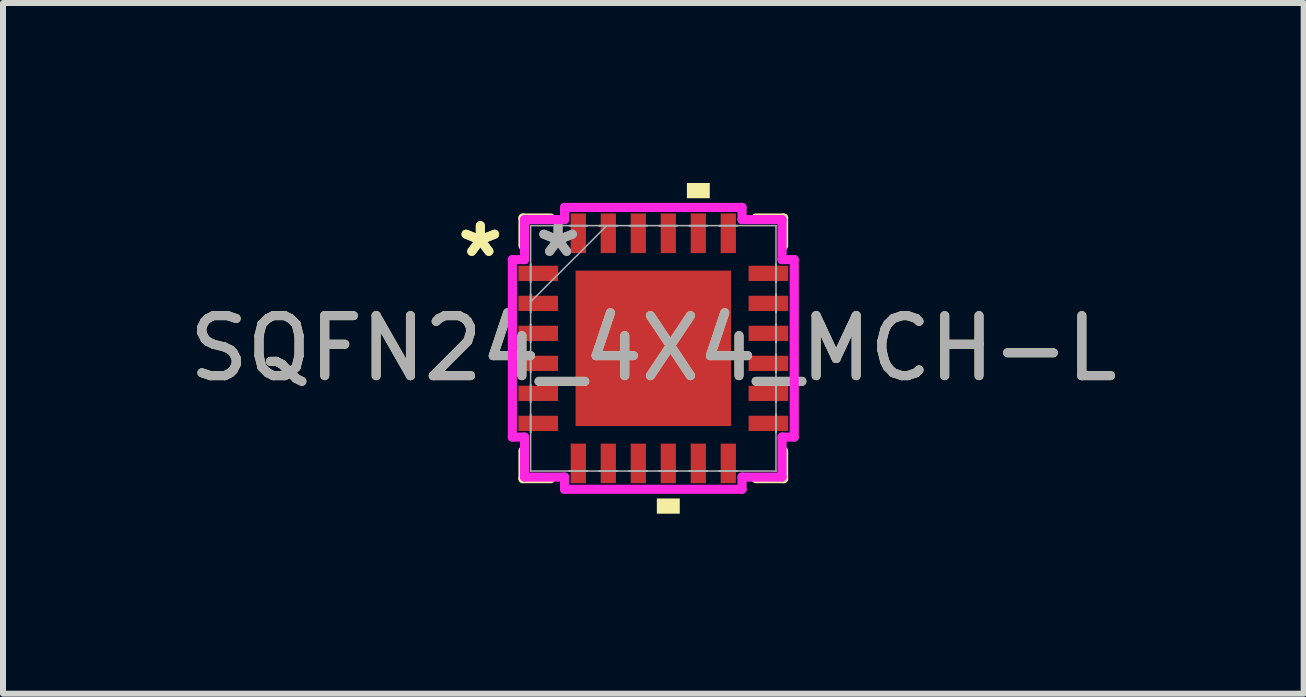
<source format=kicad_pcb>
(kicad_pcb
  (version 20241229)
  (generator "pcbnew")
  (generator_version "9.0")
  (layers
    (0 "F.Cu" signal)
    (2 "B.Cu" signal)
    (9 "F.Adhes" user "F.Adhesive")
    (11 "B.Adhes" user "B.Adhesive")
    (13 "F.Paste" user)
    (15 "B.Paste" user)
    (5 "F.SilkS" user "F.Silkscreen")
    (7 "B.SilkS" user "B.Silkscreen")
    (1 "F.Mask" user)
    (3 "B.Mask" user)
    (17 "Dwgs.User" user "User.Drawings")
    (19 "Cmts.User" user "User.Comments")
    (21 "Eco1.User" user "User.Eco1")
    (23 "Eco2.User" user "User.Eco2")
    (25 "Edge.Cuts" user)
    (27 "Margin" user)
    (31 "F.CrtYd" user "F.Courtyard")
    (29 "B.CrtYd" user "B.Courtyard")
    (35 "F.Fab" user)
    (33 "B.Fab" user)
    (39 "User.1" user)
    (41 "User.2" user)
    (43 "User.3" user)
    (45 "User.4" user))
  (footprint "SQFN24_4X4_MCH-L"
    (layer "F.Cu")
    (at 7.839 2.756)
    (property "Reference" "SQFN24_4X4_MCH-L" (at 0 0 0) (unlocked yes) (layer "F.SilkS") (effects (font (size 1 1) (thickness 0.15))))
    (attr smd)
    (fp_line (start -2.172 -2.172) (end -2.172 -1.71) (stroke (width 0.152) (type solid)) (layer "F.SilkS"))
    (fp_line (start -2.172 1.71) (end -2.172 2.172) (stroke (width 0.152) (type solid)) (layer "F.SilkS"))
    (fp_line (start -2.172 2.172) (end -1.71 2.172) (stroke (width 0.152) (type solid)) (layer "F.SilkS"))
    (fp_line (start -1.71 -2.172) (end -2.172 -2.172) (stroke (width 0.152) (type solid)) (layer "F.SilkS"))
    (fp_line (start 1.71 2.172) (end 2.172 2.172) (stroke (width 0.152) (type solid)) (layer "F.SilkS"))
    (fp_line (start 2.172 -2.172) (end 1.71 -2.172) (stroke (width 0.152) (type solid)) (layer "F.SilkS"))
    (fp_line (start 2.172 -1.71) (end 2.172 -2.172) (stroke (width 0.152) (type solid)) (layer "F.SilkS"))
    (fp_line (start 2.172 2.172) (end 2.172 1.71) (stroke (width 0.152) (type solid)) (layer "F.SilkS"))
    (fp_poly (pts (xy 0.059 2.502) (xy 0.059 2.756) (xy 0.441 2.756) (xy 0.441 2.502)) (stroke (width 0) (type solid)) (fill yes) (layer "F.SilkS"))
    (fp_poly (pts (xy 0.56 -2.502) (xy 0.56 -2.756) (xy 0.941 -2.756) (xy 0.941 -2.502)) (stroke (width 0) (type solid)) (fill yes) (layer "F.SilkS"))
    (fp_poly (pts (xy -1.195 -1.195) (xy -1.195 -0.1) (xy -0.1 -0.1) (xy -0.1 -1.195)) (stroke (width 0) (type solid)) (fill yes) (layer "F.Paste"))
    (fp_poly (pts (xy -1.195 0.1) (xy -1.195 1.195) (xy -0.1 1.195) (xy -0.1 0.1)) (stroke (width 0) (type solid)) (fill yes) (layer "F.Paste"))
    (fp_poly (pts (xy 0.1 -1.195) (xy 0.1 -0.1) (xy 1.195 -0.1) (xy 1.195 -1.195)) (stroke (width 0) (type solid)) (fill yes) (layer "F.Paste"))
    (fp_poly (pts (xy 0.1 0.1) (xy 0.1 1.195) (xy 1.195 1.195) (xy 1.195 0.1)) (stroke (width 0) (type solid)) (fill yes) (layer "F.Paste"))
    (fp_line (start -2.349 -1.479) (end -2.146 -1.479) (stroke (width 0.152) (type solid)) (layer "F.CrtYd"))
    (fp_line (start -2.349 1.479) (end -2.349 -1.479) (stroke (width 0.152) (type solid)) (layer "F.CrtYd"))
    (fp_line (start -2.146 -2.146) (end -1.479 -2.146) (stroke (width 0.152) (type solid)) (layer "F.CrtYd"))
    (fp_line (start -2.146 -1.479) (end -2.146 -2.146) (stroke (width 0.152) (type solid)) (layer "F.CrtYd"))
    (fp_line (start -2.146 1.479) (end -2.349 1.479) (stroke (width 0.152) (type solid)) (layer "F.CrtYd"))
    (fp_line (start -2.146 2.146) (end -2.146 1.479) (stroke (width 0.152) (type solid)) (layer "F.CrtYd"))
    (fp_line (start -1.479 -2.349) (end 1.479 -2.349) (stroke (width 0.152) (type solid)) (layer "F.CrtYd"))
    (fp_line (start -1.479 -2.146) (end -1.479 -2.349) (stroke (width 0.152) (type solid)) (layer "F.CrtYd"))
    (fp_line (start -1.479 2.146) (end -2.146 2.146) (stroke (width 0.152) (type solid)) (layer "F.CrtYd"))
    (fp_line (start -1.479 2.349) (end -1.479 2.146) (stroke (width 0.152) (type solid)) (layer "F.CrtYd"))
    (fp_line (start 1.479 -2.349) (end 1.479 -2.146) (stroke (width 0.152) (type solid)) (layer "F.CrtYd"))
    (fp_line (start 1.479 -2.146) (end 2.146 -2.146) (stroke (width 0.152) (type solid)) (layer "F.CrtYd"))
    (fp_line (start 1.479 2.146) (end 1.479 2.349) (stroke (width 0.152) (type solid)) (layer "F.CrtYd"))
    (fp_line (start 1.479 2.349) (end -1.479 2.349) (stroke (width 0.152) (type solid)) (layer "F.CrtYd"))
    (fp_line (start 2.146 -2.146) (end 2.146 -1.479) (stroke (width 0.152) (type solid)) (layer "F.CrtYd"))
    (fp_line (start 2.146 -1.479) (end 2.349 -1.479) (stroke (width 0.152) (type solid)) (layer "F.CrtYd"))
    (fp_line (start 2.146 1.479) (end 2.146 2.146) (stroke (width 0.152) (type solid)) (layer "F.CrtYd"))
    (fp_line (start 2.146 2.146) (end 1.479 2.146) (stroke (width 0.152) (type solid)) (layer "F.CrtYd"))
    (fp_line (start 2.349 -1.479) (end 2.349 1.479) (stroke (width 0.152) (type solid)) (layer "F.CrtYd"))
    (fp_line (start 2.349 1.479) (end 2.146 1.479) (stroke (width 0.152) (type solid)) (layer "F.CrtYd"))
    (fp_line (start -2.045 -2.045) (end -2.045 -2.045) (stroke (width 0.025) (type solid)) (layer "F.Fab"))
    (fp_line (start -2.045 -2.045) (end -2.045 2.045) (stroke (width 0.025) (type solid)) (layer "F.Fab"))
    (fp_line (start -2.045 -1.402) (end -2.045 -1.402) (stroke (width 0.025) (type solid)) (layer "F.Fab"))
    (fp_line (start -2.045 -1.402) (end -2.045 -1.098) (stroke (width 0.025) (type solid)) (layer "F.Fab"))
    (fp_line (start -2.045 -1.098) (end -2.045 -1.402) (stroke (width 0.025) (type solid)) (layer "F.Fab"))
    (fp_line (start -2.045 -1.098) (end -2.045 -1.098) (stroke (width 0.025) (type solid)) (layer "F.Fab"))
    (fp_line (start -2.045 -0.902) (end -2.045 -0.902) (stroke (width 0.025) (type solid)) (layer "F.Fab"))
    (fp_line (start -2.045 -0.902) (end -2.045 -0.598) (stroke (width 0.025) (type solid)) (layer "F.Fab"))
    (fp_line (start -2.045 -0.775) (end -0.775 -2.045) (stroke (width 0.025) (type solid)) (layer "F.Fab"))
    (fp_line (start -2.045 -0.598) (end -2.045 -0.902) (stroke (width 0.025) (type solid)) (layer "F.Fab"))
    (fp_line (start -2.045 -0.598) (end -2.045 -0.598) (stroke (width 0.025) (type solid)) (layer "F.Fab"))
    (fp_line (start -2.045 -0.402) (end -2.045 -0.402) (stroke (width 0.025) (type solid)) (layer "F.Fab"))
    (fp_line (start -2.045 -0.402) (end -2.045 -0.098) (stroke (width 0.025) (type solid)) (layer "F.Fab"))
    (fp_line (start -2.045 -0.098) (end -2.045 -0.402) (stroke (width 0.025) (type solid)) (layer "F.Fab"))
    (fp_line (start -2.045 -0.098) (end -2.045 -0.098) (stroke (width 0.025) (type solid)) (layer "F.Fab"))
    (fp_line (start -2.045 0.098) (end -2.045 0.098) (stroke (width 0.025) (type solid)) (layer "F.Fab"))
    (fp_line (start -2.045 0.098) (end -2.045 0.402) (stroke (width 0.025) (type solid)) (layer "F.Fab"))
    (fp_line (start -2.045 0.402) (end -2.045 0.098) (stroke (width 0.025) (type solid)) (layer "F.Fab"))
    (fp_line (start -2.045 0.402) (end -2.045 0.402) (stroke (width 0.025) (type solid)) (layer "F.Fab"))
    (fp_line (start -2.045 0.598) (end -2.045 0.598) (stroke (width 0.025) (type solid)) (layer "F.Fab"))
    (fp_line (start -2.045 0.598) (end -2.045 0.902) (stroke (width 0.025) (type solid)) (layer "F.Fab"))
    (fp_line (start -2.045 0.902) (end -2.045 0.598) (stroke (width 0.025) (type solid)) (layer "F.Fab"))
    (fp_line (start -2.045 0.902) (end -2.045 0.902) (stroke (width 0.025) (type solid)) (layer "F.Fab"))
    (fp_line (start -2.045 1.098) (end -2.045 1.098) (stroke (width 0.025) (type solid)) (layer "F.Fab"))
    (fp_line (start -2.045 1.098) (end -2.045 1.402) (stroke (width 0.025) (type solid)) (layer "F.Fab"))
    (fp_line (start -2.045 1.402) (end -2.045 1.098) (stroke (width 0.025) (type solid)) (layer "F.Fab"))
    (fp_line (start -2.045 1.402) (end -2.045 1.402) (stroke (width 0.025) (type solid)) (layer "F.Fab"))
    (fp_line (start -2.045 2.045) (end -2.045 2.045) (stroke (width 0.025) (type solid)) (layer "F.Fab"))
    (fp_line (start -2.045 2.045) (end 2.045 2.045) (stroke (width 0.025) (type solid)) (layer "F.Fab"))
    (fp_line (start -1.402 -2.045) (end -1.402 -2.045) (stroke (width 0.025) (type solid)) (layer "F.Fab"))
    (fp_line (start -1.402 -2.045) (end -1.098 -2.045) (stroke (width 0.025) (type solid)) (layer "F.Fab"))
    (fp_line (start -1.402 2.045) (end -1.402 2.045) (stroke (width 0.025) (type solid)) (layer "F.Fab"))
    (fp_line (start -1.402 2.045) (end -1.098 2.045) (stroke (width 0.025) (type solid)) (layer "F.Fab"))
    (fp_line (start -1.098 -2.045) (end -1.402 -2.045) (stroke (width 0.025) (type solid)) (layer "F.Fab"))
    (fp_line (start -1.098 -2.045) (end -1.098 -2.045) (stroke (width 0.025) (type solid)) (layer "F.Fab"))
    (fp_line (start -1.098 2.045) (end -1.402 2.045) (stroke (width 0.025) (type solid)) (layer "F.Fab"))
    (fp_line (start -1.098 2.045) (end -1.098 2.045) (stroke (width 0.025) (type solid)) (layer "F.Fab"))
    (fp_line (start -0.902 -2.045) (end -0.902 -2.045) (stroke (width 0.025) (type solid)) (layer "F.Fab"))
    (fp_line (start -0.902 -2.045) (end -0.598 -2.045) (stroke (width 0.025) (type solid)) (layer "F.Fab"))
    (fp_line (start -0.902 2.045) (end -0.902 2.045) (stroke (width 0.025) (type solid)) (layer "F.Fab"))
    (fp_line (start -0.902 2.045) (end -0.598 2.045) (stroke (width 0.025) (type solid)) (layer "F.Fab"))
    (fp_line (start -0.598 -2.045) (end -0.902 -2.045) (stroke (width 0.025) (type solid)) (layer "F.Fab"))
    (fp_line (start -0.598 -2.045) (end -0.598 -2.045) (stroke (width 0.025) (type solid)) (layer "F.Fab"))
    (fp_line (start -0.598 2.045) (end -0.902 2.045) (stroke (width 0.025) (type solid)) (layer "F.Fab"))
    (fp_line (start -0.598 2.045) (end -0.598 2.045) (stroke (width 0.025) (type solid)) (layer "F.Fab"))
    (fp_line (start -0.402 -2.045) (end -0.402 -2.045) (stroke (width 0.025) (type solid)) (layer "F.Fab"))
    (fp_line (start -0.402 -2.045) (end -0.098 -2.045) (stroke (width 0.025) (type solid)) (layer "F.Fab"))
    (fp_line (start -0.402 2.045) (end -0.402 2.045) (stroke (width 0.025) (type solid)) (layer "F.Fab"))
    (fp_line (start -0.402 2.045) (end -0.098 2.045) (stroke (width 0.025) (type solid)) (layer "F.Fab"))
    (fp_line (start -0.098 -2.045) (end -0.402 -2.045) (stroke (width 0.025) (type solid)) (layer "F.Fab"))
    (fp_line (start -0.098 -2.045) (end -0.098 -2.045) (stroke (width 0.025) (type solid)) (layer "F.Fab"))
    (fp_line (start -0.098 2.045) (end -0.402 2.045) (stroke (width 0.025) (type solid)) (layer "F.Fab"))
    (fp_line (start -0.098 2.045) (end -0.098 2.045) (stroke (width 0.025) (type solid)) (layer "F.Fab"))
    (fp_line (start 0.098 -2.045) (end 0.098 -2.045) (stroke (width 0.025) (type solid)) (layer "F.Fab"))
    (fp_line (start 0.098 -2.045) (end 0.402 -2.045) (stroke (width 0.025) (type solid)) (layer "F.Fab"))
    (fp_line (start 0.098 2.045) (end 0.098 2.045) (stroke (width 0.025) (type solid)) (layer "F.Fab"))
    (fp_line (start 0.098 2.045) (end 0.402 2.045) (stroke (width 0.025) (type solid)) (layer "F.Fab"))
    (fp_line (start 0.402 -2.045) (end 0.098 -2.045) (stroke (width 0.025) (type solid)) (layer "F.Fab"))
    (fp_line (start 0.402 -2.045) (end 0.402 -2.045) (stroke (width 0.025) (type solid)) (layer "F.Fab"))
    (fp_line (start 0.402 2.045) (end 0.098 2.045) (stroke (width 0.025) (type solid)) (layer "F.Fab"))
    (fp_line (start 0.402 2.045) (end 0.402 2.045) (stroke (width 0.025) (type solid)) (layer "F.Fab"))
    (fp_line (start 0.598 -2.045) (end 0.598 -2.045) (stroke (width 0.025) (type solid)) (layer "F.Fab"))
    (fp_line (start 0.598 -2.045) (end 0.902 -2.045) (stroke (width 0.025) (type solid)) (layer "F.Fab"))
    (fp_line (start 0.598 2.045) (end 0.598 2.045) (stroke (width 0.025) (type solid)) (layer "F.Fab"))
    (fp_line (start 0.598 2.045) (end 0.902 2.045) (stroke (width 0.025) (type solid)) (layer "F.Fab"))
    (fp_line (start 0.902 -2.045) (end 0.598 -2.045) (stroke (width 0.025) (type solid)) (layer "F.Fab"))
    (fp_line (start 0.902 -2.045) (end 0.902 -2.045) (stroke (width 0.025) (type solid)) (layer "F.Fab"))
    (fp_line (start 0.902 2.045) (end 0.598 2.045) (stroke (width 0.025) (type solid)) (layer "F.Fab"))
    (fp_line (start 0.902 2.045) (end 0.902 2.045) (stroke (width 0.025) (type solid)) (layer "F.Fab"))
    (fp_line (start 1.098 -2.045) (end 1.098 -2.045) (stroke (width 0.025) (type solid)) (layer "F.Fab"))
    (fp_line (start 1.098 -2.045) (end 1.402 -2.045) (stroke (width 0.025) (type solid)) (layer "F.Fab"))
    (fp_line (start 1.098 2.045) (end 1.098 2.045) (stroke (width 0.025) (type solid)) (layer "F.Fab"))
    (fp_line (start 1.098 2.045) (end 1.402 2.045) (stroke (width 0.025) (type solid)) (layer "F.Fab"))
    (fp_line (start 1.402 -2.045) (end 1.098 -2.045) (stroke (width 0.025) (type solid)) (layer "F.Fab"))
    (fp_line (start 1.402 -2.045) (end 1.402 -2.045) (stroke (width 0.025) (type solid)) (layer "F.Fab"))
    (fp_line (start 1.402 2.045) (end 1.098 2.045) (stroke (width 0.025) (type solid)) (layer "F.Fab"))
    (fp_line (start 1.402 2.045) (end 1.402 2.045) (stroke (width 0.025) (type solid)) (layer "F.Fab"))
    (fp_line (start 2.045 -2.045) (end -2.045 -2.045) (stroke (width 0.025) (type solid)) (layer "F.Fab"))
    (fp_line (start 2.045 -2.045) (end 2.045 -2.045) (stroke (width 0.025) (type solid)) (layer "F.Fab"))
    (fp_line (start 2.045 -1.402) (end 2.045 -1.402) (stroke (width 0.025) (type solid)) (layer "F.Fab"))
    (fp_line (start 2.045 -1.402) (end 2.045 -1.098) (stroke (width 0.025) (type solid)) (layer "F.Fab"))
    (fp_line (start 2.045 -1.098) (end 2.045 -1.402) (stroke (width 0.025) (type solid)) (layer "F.Fab"))
    (fp_line (start 2.045 -1.098) (end 2.045 -1.098) (stroke (width 0.025) (type solid)) (layer "F.Fab"))
    (fp_line (start 2.045 -0.902) (end 2.045 -0.902) (stroke (width 0.025) (type solid)) (layer "F.Fab"))
    (fp_line (start 2.045 -0.902) (end 2.045 -0.598) (stroke (width 0.025) (type solid)) (layer "F.Fab"))
    (fp_line (start 2.045 -0.598) (end 2.045 -0.902) (stroke (width 0.025) (type solid)) (layer "F.Fab"))
    (fp_line (start 2.045 -0.598) (end 2.045 -0.598) (stroke (width 0.025) (type solid)) (layer "F.Fab"))
    (fp_line (start 2.045 -0.402) (end 2.045 -0.402) (stroke (width 0.025) (type solid)) (layer "F.Fab"))
    (fp_line (start 2.045 -0.402) (end 2.045 -0.098) (stroke (width 0.025) (type solid)) (layer "F.Fab"))
    (fp_line (start 2.045 -0.098) (end 2.045 -0.402) (stroke (width 0.025) (type solid)) (layer "F.Fab"))
    (fp_line (start 2.045 -0.098) (end 2.045 -0.098) (stroke (width 0.025) (type solid)) (layer "F.Fab"))
    (fp_line (start 2.045 0.098) (end 2.045 0.098) (stroke (width 0.025) (type solid)) (layer "F.Fab"))
    (fp_line (start 2.045 0.098) (end 2.045 0.402) (stroke (width 0.025) (type solid)) (layer "F.Fab"))
    (fp_line (start 2.045 0.402) (end 2.045 0.098) (stroke (width 0.025) (type solid)) (layer "F.Fab"))
    (fp_line (start 2.045 0.402) (end 2.045 0.402) (stroke (width 0.025) (type solid)) (layer "F.Fab"))
    (fp_line (start 2.045 0.598) (end 2.045 0.598) (stroke (width 0.025) (type solid)) (layer "F.Fab"))
    (fp_line (start 2.045 0.598) (end 2.045 0.902) (stroke (width 0.025) (type solid)) (layer "F.Fab"))
    (fp_line (start 2.045 0.902) (end 2.045 0.598) (stroke (width 0.025) (type solid)) (layer "F.Fab"))
    (fp_line (start 2.045 0.902) (end 2.045 0.902) (stroke (width 0.025) (type solid)) (layer "F.Fab"))
    (fp_line (start 2.045 1.098) (end 2.045 1.098) (stroke (width 0.025) (type solid)) (layer "F.Fab"))
    (fp_line (start 2.045 1.098) (end 2.045 1.402) (stroke (width 0.025) (type solid)) (layer "F.Fab"))
    (fp_line (start 2.045 1.402) (end 2.045 1.098) (stroke (width 0.025) (type solid)) (layer "F.Fab"))
    (fp_line (start 2.045 1.402) (end 2.045 1.402) (stroke (width 0.025) (type solid)) (layer "F.Fab"))
    (fp_line (start 2.045 2.045) (end 2.045 -2.045) (stroke (width 0.025) (type solid)) (layer "F.Fab"))
    (fp_line (start 2.045 2.045) (end 2.045 2.045) (stroke (width 0.025) (type solid)) (layer "F.Fab"))
    (fp_text user "*" (at -2.883 -1.5 0) (unlocked yes) (layer "F.SilkS") (effects (font (size 1 1) (thickness 0.15))))
    (fp_text user "*" (at -2.883 -1.5 0) (layer "F.SilkS") (effects (font (size 1 1) (thickness 0.15))))
    (fp_text user "*" (at -1.587 -1.5 0) (unlocked yes) (layer "F.Fab") (effects (font (size 1 1) (thickness 0.15))))
    (fp_text user "*" (at -1.587 -1.5 0) (layer "F.Fab") (effects (font (size 1 1) (thickness 0.15))))
    (fp_text user "${REFERENCE}" (at 0 0 0) (unlocked yes) (layer "F.Fab") (effects (font (size 1 1) (thickness 0.15))))
    (pad "1" smd rect (at -1.918 -1.25 90) (size 0.254 0.66) (layers "F.Cu" "F.Mask" "F.Paste"))
    (pad "2" smd rect (at -1.918 -0.75 90) (size 0.254 0.66) (layers "F.Cu" "F.Mask" "F.Paste"))
    (pad "3" smd rect (at -1.918 -0.25 90) (size 0.254 0.66) (layers "F.Cu" "F.Mask" "F.Paste"))
    (pad "4" smd rect (at -1.918 0.25 90) (size 0.254 0.66) (layers "F.Cu" "F.Mask" "F.Paste"))
    (pad "5" smd rect (at -1.918 0.75 90) (size 0.254 0.66) (layers "F.Cu" "F.Mask" "F.Paste"))
    (pad "6" smd rect (at -1.918 1.25 90) (size 0.254 0.66) (layers "F.Cu" "F.Mask" "F.Paste"))
    (pad "7" smd rect (at -1.25 1.918) (size 0.254 0.66) (layers "F.Cu" "F.Mask" "F.Paste"))
    (pad "8" smd rect (at -0.75 1.918) (size 0.254 0.66) (layers "F.Cu" "F.Mask" "F.Paste"))
    (pad "9" smd rect (at -0.25 1.918) (size 0.254 0.66) (layers "F.Cu" "F.Mask" "F.Paste"))
    (pad "10" smd rect (at 0.25 1.918) (size 0.254 0.66) (layers "F.Cu" "F.Mask" "F.Paste"))
    (pad "11" smd rect (at 0.75 1.918) (size 0.254 0.66) (layers "F.Cu" "F.Mask" "F.Paste"))
    (pad "12" smd rect (at 1.25 1.918) (size 0.254 0.66) (layers "F.Cu" "F.Mask" "F.Paste"))
    (pad "13" smd rect (at 1.918 1.25 90) (size 0.254 0.66) (layers "F.Cu" "F.Mask" "F.Paste"))
    (pad "14" smd rect (at 1.918 0.75 90) (size 0.254 0.66) (layers "F.Cu" "F.Mask" "F.Paste"))
    (pad "15" smd rect (at 1.918 0.25 90) (size 0.254 0.66) (layers "F.Cu" "F.Mask" "F.Paste"))
    (pad "16" smd rect (at 1.918 -0.25 90) (size 0.254 0.66) (layers "F.Cu" "F.Mask" "F.Paste"))
    (pad "17" smd rect (at 1.918 -0.75 90) (size 0.254 0.66) (layers "F.Cu" "F.Mask" "F.Paste"))
    (pad "18" smd rect (at 1.918 -1.25 90) (size 0.254 0.66) (layers "F.Cu" "F.Mask" "F.Paste"))
    (pad "19" smd rect (at 1.25 -1.918) (size 0.254 0.66) (layers "F.Cu" "F.Mask" "F.Paste"))
    (pad "20" smd rect (at 0.75 -1.918) (size 0.254 0.66) (layers "F.Cu" "F.Mask" "F.Paste"))
    (pad "21" smd rect (at 0.25 -1.918) (size 0.254 0.66) (layers "F.Cu" "F.Mask" "F.Paste"))
    (pad "22" smd rect (at -0.25 -1.918) (size 0.254 0.66) (layers "F.Cu" "F.Mask" "F.Paste"))
    (pad "23" smd rect (at -0.75 -1.918) (size 0.254 0.66) (layers "F.Cu" "F.Mask" "F.Paste"))
    (pad "24" smd rect (at -1.25 -1.918) (size 0.254 0.66) (layers "F.Cu" "F.Mask" "F.Paste"))
    (pad "25" smd rect (at 0 0) (size 2.591 2.591) (layers "F.Cu" "F.Mask" "F.Paste")))
  (gr_rect
    (start -3 -3)
    (end 18.679 8.512)
    (stroke (width 0.1) (type default))
    (fill no)
    (layer "Edge.Cuts")))
</source>
